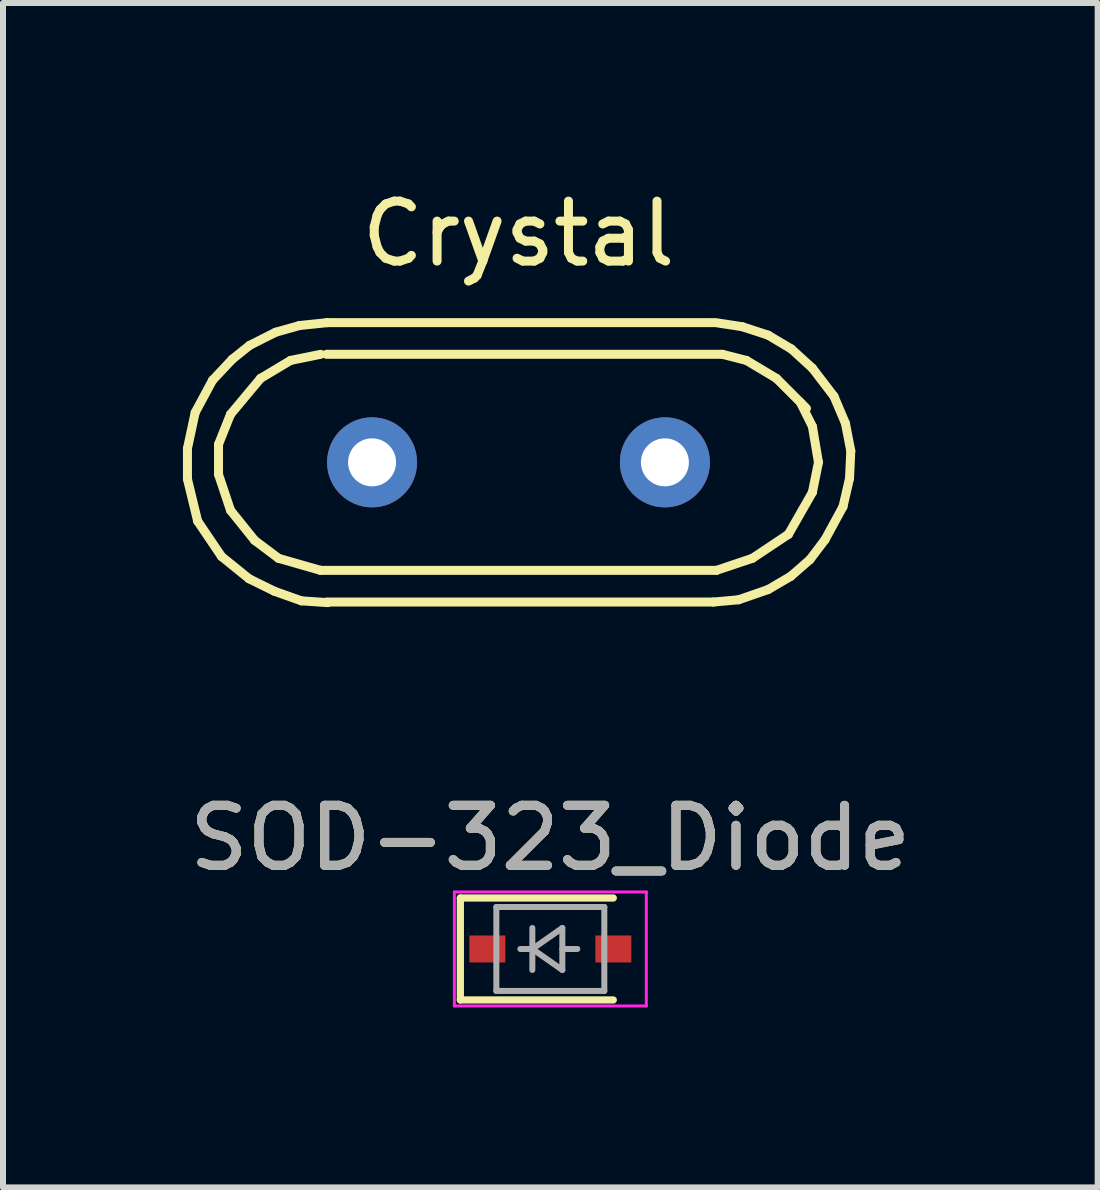
<source format=kicad_pcb>
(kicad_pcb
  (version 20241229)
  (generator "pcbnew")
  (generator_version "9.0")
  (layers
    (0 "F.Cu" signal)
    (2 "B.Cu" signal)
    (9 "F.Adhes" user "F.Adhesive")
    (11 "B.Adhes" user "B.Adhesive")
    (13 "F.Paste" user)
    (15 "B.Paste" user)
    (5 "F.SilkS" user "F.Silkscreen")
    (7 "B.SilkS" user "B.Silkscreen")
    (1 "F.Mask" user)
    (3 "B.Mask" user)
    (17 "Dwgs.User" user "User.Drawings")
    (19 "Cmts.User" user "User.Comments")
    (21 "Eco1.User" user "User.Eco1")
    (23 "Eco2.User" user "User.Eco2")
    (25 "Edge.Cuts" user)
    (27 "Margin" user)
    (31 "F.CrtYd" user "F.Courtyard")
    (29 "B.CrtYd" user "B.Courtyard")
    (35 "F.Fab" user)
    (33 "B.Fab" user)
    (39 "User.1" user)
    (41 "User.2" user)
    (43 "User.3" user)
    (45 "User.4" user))
  (footprint "SOD-323_Diode"
    (layer "F.Cu")
    (at 6.125 12.771)
    (property "Reference" "SOD-323_Diode" (at 0 -1.85 0) (layer "F.SilkS") (effects (font (size 1 1) (thickness 0.15))))
    (attr smd)
    (fp_line (start -1.5 -0.85) (end -1.5 0.85) (stroke (width 0.12) (type solid)) (layer "F.SilkS"))
    (fp_line (start -1.5 -0.85) (end 1.05 -0.85) (stroke (width 0.12) (type solid)) (layer "F.SilkS"))
    (fp_line (start -1.5 0.85) (end 1.05 0.85) (stroke (width 0.12) (type solid)) (layer "F.SilkS"))
    (fp_line (start -1.6 -0.95) (end -1.6 0.95) (stroke (width 0.05) (type solid)) (layer "F.CrtYd"))
    (fp_line (start -1.6 -0.95) (end 1.6 -0.95) (stroke (width 0.05) (type solid)) (layer "F.CrtYd"))
    (fp_line (start -1.6 0.95) (end 1.6 0.95) (stroke (width 0.05) (type solid)) (layer "F.CrtYd"))
    (fp_line (start 1.6 -0.95) (end 1.6 0.95) (stroke (width 0.05) (type solid)) (layer "F.CrtYd"))
    (fp_line (start -0.9 -0.7) (end 0.9 -0.7) (stroke (width 0.1) (type solid)) (layer "F.Fab"))
    (fp_line (start -0.9 0.7) (end -0.9 -0.7) (stroke (width 0.1) (type solid)) (layer "F.Fab"))
    (fp_line (start -0.3 -0.35) (end -0.3 0.35) (stroke (width 0.1) (type solid)) (layer "F.Fab"))
    (fp_line (start -0.3 0) (end -0.5 0) (stroke (width 0.1) (type solid)) (layer "F.Fab"))
    (fp_line (start -0.3 0) (end 0.2 -0.35) (stroke (width 0.1) (type solid)) (layer "F.Fab"))
    (fp_line (start 0.2 -0.35) (end 0.2 0.35) (stroke (width 0.1) (type solid)) (layer "F.Fab"))
    (fp_line (start 0.2 0) (end 0.45 0) (stroke (width 0.1) (type solid)) (layer "F.Fab"))
    (fp_line (start 0.2 0.35) (end -0.3 0) (stroke (width 0.1) (type solid)) (layer "F.Fab"))
    (fp_line (start 0.9 -0.7) (end 0.9 0.7) (stroke (width 0.1) (type solid)) (layer "F.Fab"))
    (fp_line (start 0.9 0.7) (end -0.9 0.7) (stroke (width 0.1) (type solid)) (layer "F.Fab"))
    (fp_text user "${REFERENCE}" (at 0 -1.85 0) (layer "F.Fab") (effects (font (size 1 1) (thickness 0.15))))
    (pad "1" smd rect (at -1.05 0) (size 0.6 0.45) (layers "F.Cu" "F.Mask" "F.Paste"))
    (pad "2" smd rect (at 1.05 0) (size 0.6 0.45) (layers "F.Cu" "F.Mask" "F.Paste")))
  (footprint "Crystal"
    (layer "F.Cu")
    (at 5.594 4.658)
    (property "Reference" "Crystal" (at 0 -3.81 0) (layer "F.SilkS") (effects (font (size 1 1) (thickness 0.15))))
    (attr through_hole)
    (fp_line (start -5.519 -0.231) (end -5.519 0.279) (stroke (width 0.15) (type solid)) (layer "F.SilkS"))
    (fp_line (start -5.519 0.279) (end -5.349 0.98) (stroke (width 0.15) (type solid)) (layer "F.SilkS"))
    (fp_line (start -5.39 -0.831) (end -5.519 -0.231) (stroke (width 0.15) (type solid)) (layer "F.SilkS"))
    (fp_line (start -5.349 0.98) (end -4.95 1.57) (stroke (width 0.15) (type solid)) (layer "F.SilkS"))
    (fp_line (start -5.1 -1.369) (end -5.39 -0.831) (stroke (width 0.15) (type solid)) (layer "F.SilkS"))
    (fp_line (start -5.001 -0.3) (end -4.801 -0.8) (stroke (width 0.15) (type solid)) (layer "F.SilkS"))
    (fp_line (start -5.001 0.201) (end -5.001 -0.3) (stroke (width 0.15) (type solid)) (layer "F.SilkS"))
    (fp_line (start -4.95 1.57) (end -4.491 1.941) (stroke (width 0.15) (type solid)) (layer "F.SilkS"))
    (fp_line (start -4.801 -0.8) (end -4.3 -1.4) (stroke (width 0.15) (type solid)) (layer "F.SilkS"))
    (fp_line (start -4.801 0.8) (end -5.001 0.201) (stroke (width 0.15) (type solid)) (layer "F.SilkS"))
    (fp_line (start -4.77 -1.72) (end -5.1 -1.369) (stroke (width 0.15) (type solid)) (layer "F.SilkS"))
    (fp_line (start -4.491 1.941) (end -4.069 2.149) (stroke (width 0.15) (type solid)) (layer "F.SilkS"))
    (fp_line (start -4.481 -1.951) (end -4.77 -1.72) (stroke (width 0.15) (type solid)) (layer "F.SilkS"))
    (fp_line (start -4.399 1.3) (end -4.801 0.8) (stroke (width 0.15) (type solid)) (layer "F.SilkS"))
    (fp_line (start -4.3 -1.4) (end -3.8 -1.699) (stroke (width 0.15) (type solid)) (layer "F.SilkS"))
    (fp_line (start -4.069 2.149) (end -3.619 2.309) (stroke (width 0.15) (type solid)) (layer "F.SilkS"))
    (fp_line (start -4.049 -2.169) (end -4.481 -1.951) (stroke (width 0.15) (type solid)) (layer "F.SilkS"))
    (fp_line (start -4 1.6) (end -4.399 1.3) (stroke (width 0.15) (type solid)) (layer "F.SilkS"))
    (fp_line (start -3.8 -1.699) (end -3.299 -1.801) (stroke (width 0.15) (type solid)) (layer "F.SilkS"))
    (fp_line (start -3.65 -2.281) (end -4.049 -2.169) (stroke (width 0.15) (type solid)) (layer "F.SilkS"))
    (fp_line (start -3.619 2.309) (end -3.18 2.339) (stroke (width 0.15) (type solid)) (layer "F.SilkS"))
    (fp_line (start -3.299 1.801) (end -4 1.6) (stroke (width 0.15) (type solid)) (layer "F.SilkS"))
    (fp_line (start -3.2 -2.329) (end 3.251 -2.329) (stroke (width 0.15) (type solid)) (layer "F.SilkS"))
    (fp_line (start -3.2 -1.801) (end 3.401 -1.801) (stroke (width 0.15) (type solid)) (layer "F.SilkS"))
    (fp_line (start -3.2 2.329) (end 3.251 2.329) (stroke (width 0.15) (type solid)) (layer "F.SilkS"))
    (fp_line (start -3.19 -2.329) (end -3.65 -2.281) (stroke (width 0.15) (type solid)) (layer "F.SilkS"))
    (fp_line (start 3.251 2.329) (end 3.67 2.291) (stroke (width 0.15) (type solid)) (layer "F.SilkS"))
    (fp_line (start 3.299 1.801) (end -3.299 1.801) (stroke (width 0.15) (type solid)) (layer "F.SilkS"))
    (fp_line (start 3.401 -1.801) (end 3.8 -1.699) (stroke (width 0.15) (type solid)) (layer "F.SilkS"))
    (fp_line (start 3.67 2.291) (end 4.161 2.121) (stroke (width 0.15) (type solid)) (layer "F.SilkS"))
    (fp_line (start 3.731 -2.261) (end 3.289 -2.329) (stroke (width 0.15) (type solid)) (layer "F.SilkS"))
    (fp_line (start 3.8 -1.699) (end 4.3 -1.4) (stroke (width 0.15) (type solid)) (layer "F.SilkS"))
    (fp_line (start 3.899 1.6) (end 3.299 1.801) (stroke (width 0.15) (type solid)) (layer "F.SilkS"))
    (fp_line (start 4.161 -2.121) (end 3.731 -2.261) (stroke (width 0.15) (type solid)) (layer "F.SilkS"))
    (fp_line (start 4.161 2.121) (end 4.539 1.9) (stroke (width 0.15) (type solid)) (layer "F.SilkS"))
    (fp_line (start 4.3 -1.4) (end 4.801 -0.899) (stroke (width 0.15) (type solid)) (layer "F.SilkS"))
    (fp_line (start 4.501 1.199) (end 3.899 1.6) (stroke (width 0.15) (type solid)) (layer "F.SilkS"))
    (fp_line (start 4.539 1.9) (end 4.859 1.621) (stroke (width 0.15) (type solid)) (layer "F.SilkS"))
    (fp_line (start 4.549 -1.89) (end 4.161 -2.121) (stroke (width 0.15) (type solid)) (layer "F.SilkS"))
    (fp_line (start 4.699 -1.001) (end 4.9 -0.599) (stroke (width 0.15) (type solid)) (layer "F.SilkS"))
    (fp_line (start 4.859 1.621) (end 5.11 1.29) (stroke (width 0.15) (type solid)) (layer "F.SilkS"))
    (fp_line (start 4.9 -1.57) (end 4.549 -1.89) (stroke (width 0.15) (type solid)) (layer "F.SilkS"))
    (fp_line (start 4.9 -0.599) (end 5.001 0) (stroke (width 0.15) (type solid)) (layer "F.SilkS"))
    (fp_line (start 4.9 0.5) (end 4.501 1.199) (stroke (width 0.15) (type solid)) (layer "F.SilkS"))
    (fp_line (start 5.001 0) (end 4.9 0.5) (stroke (width 0.15) (type solid)) (layer "F.SilkS"))
    (fp_line (start 5.11 1.29) (end 5.41 0.739) (stroke (width 0.15) (type solid)) (layer "F.SilkS"))
    (fp_line (start 5.26 -1.1) (end 4.9 -1.57) (stroke (width 0.15) (type solid)) (layer "F.SilkS"))
    (fp_line (start 5.41 0.739) (end 5.519 0.269) (stroke (width 0.15) (type solid)) (layer "F.SilkS"))
    (fp_line (start 5.451 -0.65) (end 5.26 -1.1) (stroke (width 0.15) (type solid)) (layer "F.SilkS"))
    (fp_line (start 5.519 0.269) (end 5.54 -0.191) (stroke (width 0.15) (type solid)) (layer "F.SilkS"))
    (fp_line (start 5.54 -0.191) (end 5.451 -0.65) (stroke (width 0.15) (type solid)) (layer "F.SilkS"))
    (pad "1" thru_hole circle (at -2.441 0) (size 1.501 1.501) (drill 0.8) (layers "*.Cu" "*.Mask"))
    (pad "2" thru_hole circle (at 2.441 0) (size 1.501 1.501) (drill 0.8) (layers "*.Cu" "*.Mask")))
  (gr_rect
    (start -3 -3)
    (end 15.25 16.746)
    (stroke (width 0.1) (type default))
    (fill no)
    (layer "Edge.Cuts")))
</source>
